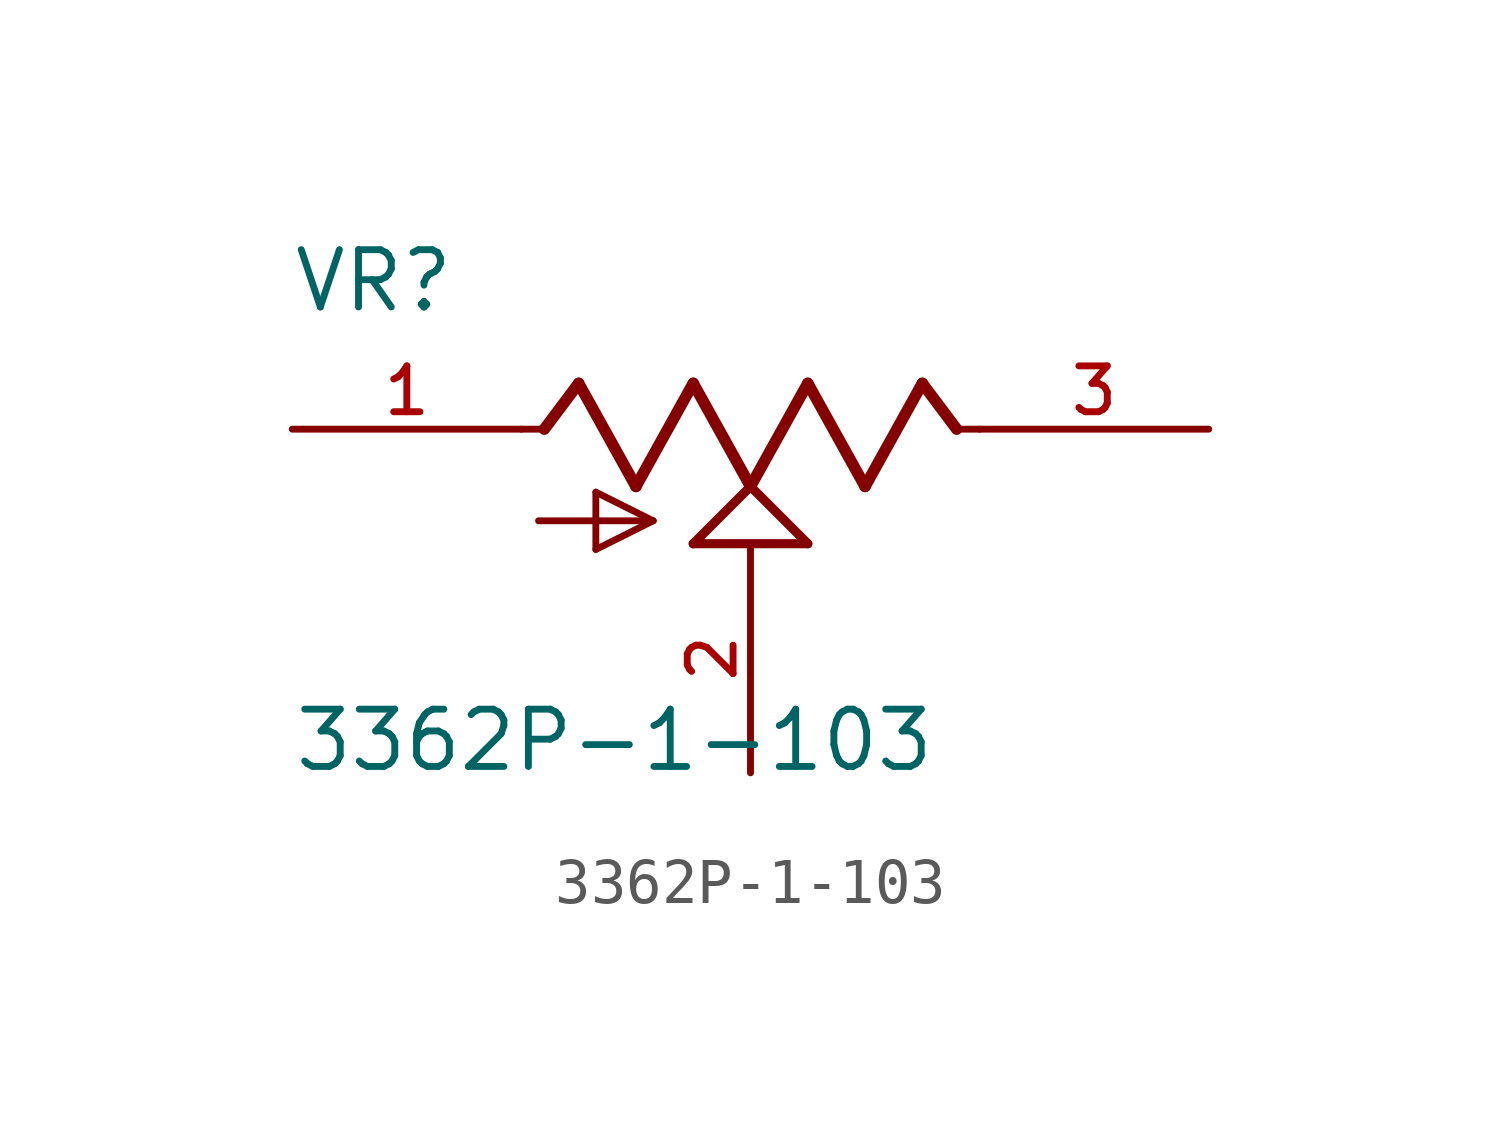
<source format=kicad_sym>
(kicad_symbol_lib
  (version 20231120)
  (generator "kicad_symbol_editor")
  (generator_version "8.0")
  (symbol "3362P-1-103"
    (pin_names
      (offset 1.016))
    (property "Reference" "VR"
      (at -10.182 2.546 0)
      (effects (font (size 1.27 1.27)) (justify left bottom)))
    (property "Value" "3362P-1-103"
      (at -10.165 -7.642 0)
      (effects (font (size 1.27 1.27)) (justify left bottom)))
    (symbol "3362P-1-103_0_0"
      (polyline (pts (xy -5.08 0) (xy -4.572 0)) (stroke (width 0.152) (type default)) (fill (type none)))
      (polyline (pts (xy -4.699 -2.032) (xy -2.159 -2.032)) (stroke (width 0.152) (type default)) (fill (type none)))
      (polyline (pts (xy -4.572 0) (xy -3.81 1.016)) (stroke (width 0.254) (type default)) (fill (type none)))
      (polyline (pts (xy -3.81 1.016) (xy -2.54 -1.27)) (stroke (width 0.254) (type default)) (fill (type none)))
      (polyline (pts (xy -3.429 -2.667) (xy -3.429 -1.397)) (stroke (width 0.152) (type default)) (fill (type none)))
      (polyline (pts (xy -3.429 -1.397) (xy -2.159 -2.032)) (stroke (width 0.152) (type default)) (fill (type none)))
      (polyline (pts (xy -2.54 -1.27) (xy -1.27 1.016)) (stroke (width 0.254) (type default)) (fill (type none)))
      (polyline (pts (xy -2.159 -2.032) (xy -3.429 -2.667)) (stroke (width 0.152) (type default)) (fill (type none)))
      (polyline (pts (xy -1.27 -2.54) (xy 0 -1.27)) (stroke (width 0.203) (type default)) (fill (type none)))
      (polyline (pts (xy -1.27 1.016) (xy 0 -1.27)) (stroke (width 0.254) (type default)) (fill (type none)))
      (polyline (pts (xy 0 -1.27) (xy 1.27 -2.54)) (stroke (width 0.203) (type default)) (fill (type none)))
      (polyline (pts (xy 0 -1.27) (xy 1.27 1.016)) (stroke (width 0.254) (type default)) (fill (type none)))
      (polyline (pts (xy 1.27 -2.54) (xy -1.27 -2.54)) (stroke (width 0.203) (type default)) (fill (type none)))
      (polyline (pts (xy 1.27 1.016) (xy 2.54 -1.27)) (stroke (width 0.254) (type default)) (fill (type none)))
      (polyline (pts (xy 2.54 -1.27) (xy 3.81 1.016)) (stroke (width 0.254) (type default)) (fill (type none)))
      (polyline (pts (xy 3.81 1.016) (xy 4.572 0)) (stroke (width 0.254) (type default)) (fill (type none)))
      (polyline (pts (xy 4.572 0) (xy 5.08 0)) (stroke (width 0.152) (type default)) (fill (type none)))
      (pin passive line (at -10.16 0 0) (length 5.08) (name "~" (effects (font (size 1.016 1.016)))) (number "1" (effects (font (size 1.016 1.016)))))
      (pin passive line (at 0 -7.62 90) (length 5.08) (name "~" (effects (font (size 1.016 1.016)))) (number "2" (effects (font (size 1.016 1.016)))))
      (pin passive line (at 10.16 0 180) (length 5.08) (name "~" (effects (font (size 1.016 1.016)))) (number "3" (effects (font (size 1.016 1.016))))))))
</source>
